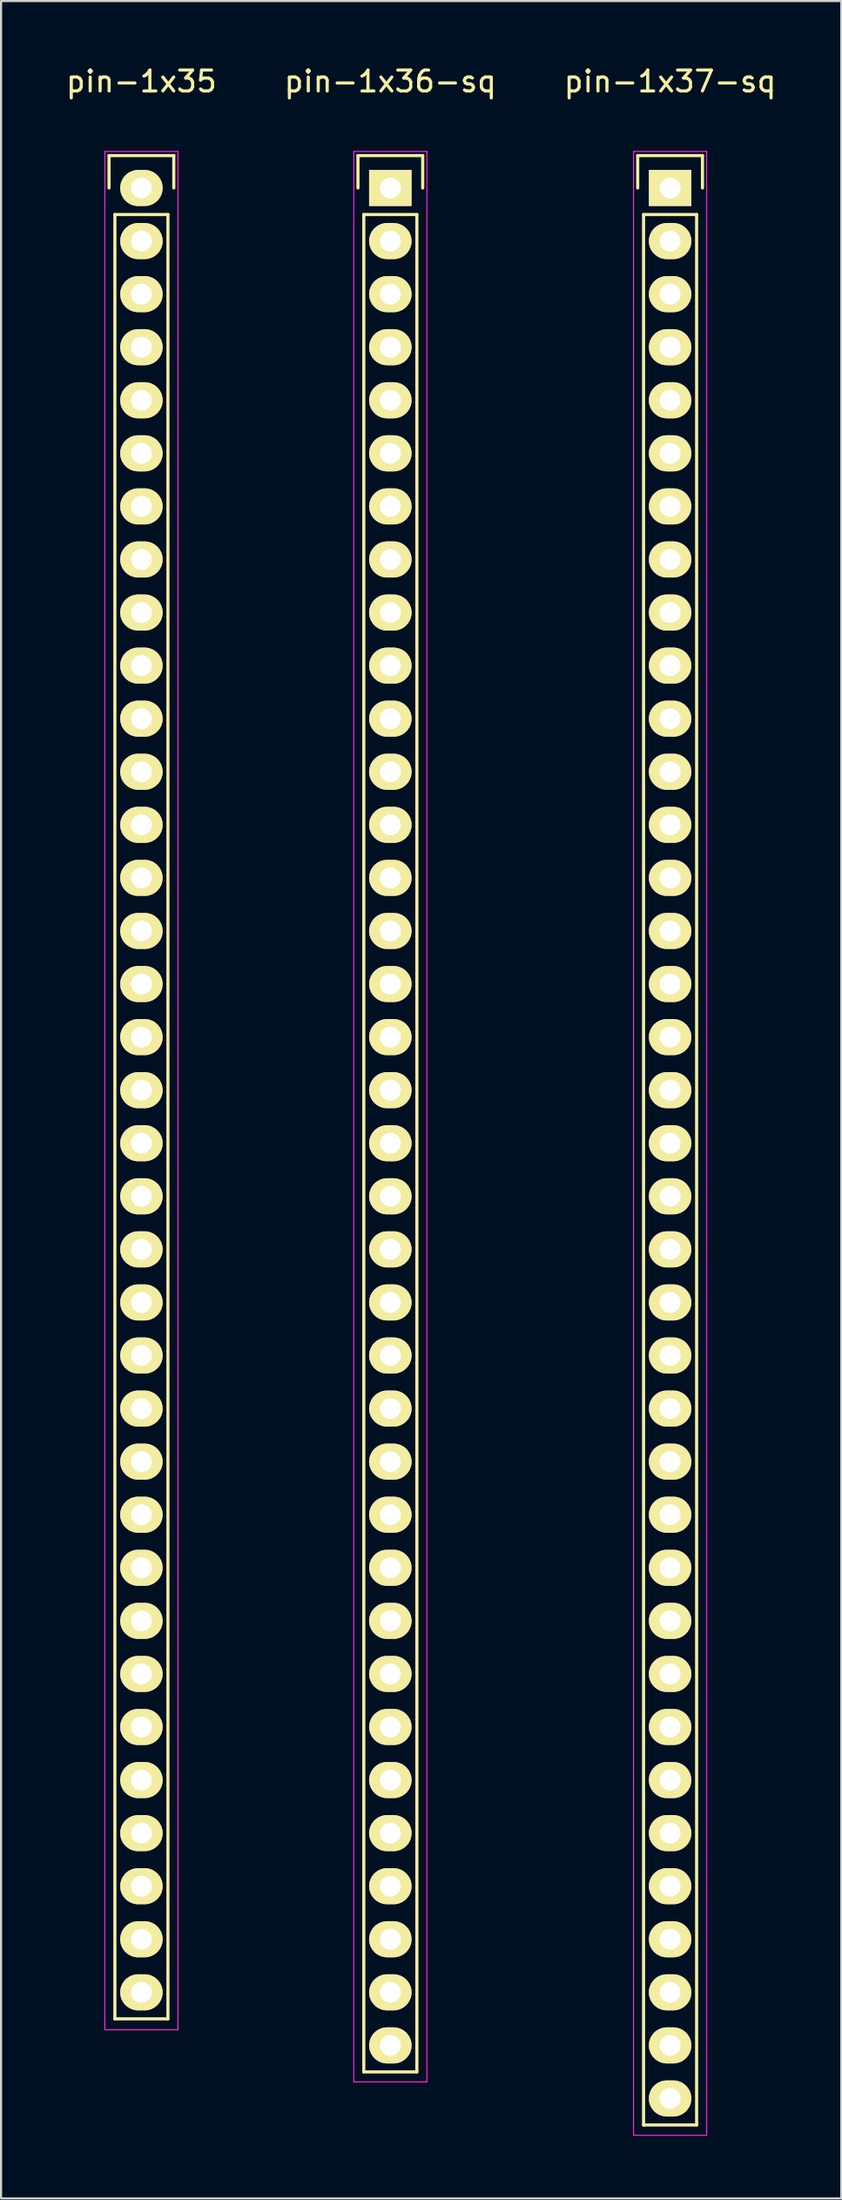
<source format=kicad_pcb>
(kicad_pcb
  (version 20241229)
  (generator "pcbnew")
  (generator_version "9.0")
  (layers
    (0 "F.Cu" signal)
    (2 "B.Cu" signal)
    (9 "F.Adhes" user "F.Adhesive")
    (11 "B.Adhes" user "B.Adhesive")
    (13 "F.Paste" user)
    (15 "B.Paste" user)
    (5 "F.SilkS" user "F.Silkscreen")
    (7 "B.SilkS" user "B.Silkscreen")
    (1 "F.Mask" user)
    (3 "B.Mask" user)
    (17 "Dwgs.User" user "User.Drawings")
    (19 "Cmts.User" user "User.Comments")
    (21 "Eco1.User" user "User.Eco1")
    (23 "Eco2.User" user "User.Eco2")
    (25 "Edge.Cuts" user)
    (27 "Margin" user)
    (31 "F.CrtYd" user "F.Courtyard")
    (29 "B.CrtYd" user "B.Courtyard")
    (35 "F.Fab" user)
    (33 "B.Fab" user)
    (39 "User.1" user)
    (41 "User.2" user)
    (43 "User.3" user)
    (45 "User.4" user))
  (footprint "pin-1x35"
    (layer "F.Cu")
    (at 3.72 5.948)
    (property "Reference" "pin-1x35" (at 0 -5.1 0) (layer "F.SilkS") (effects (font (size 1 1) (thickness 0.15))))
    (attr through_hole)
    (fp_line (start -1.55 -1.55) (end 1.55 -1.55) (stroke (width 0.15) (type solid)) (layer "F.SilkS"))
    (fp_line (start -1.55 0) (end -1.55 -1.55) (stroke (width 0.15) (type solid)) (layer "F.SilkS"))
    (fp_line (start -1.27 1.27) (end -1.27 87.63) (stroke (width 0.15) (type solid)) (layer "F.SilkS"))
    (fp_line (start -1.27 87.63) (end 1.27 87.63) (stroke (width 0.15) (type solid)) (layer "F.SilkS"))
    (fp_line (start 1.27 1.27) (end -1.27 1.27) (stroke (width 0.15) (type solid)) (layer "F.SilkS"))
    (fp_line (start 1.27 87.63) (end 1.27 1.27) (stroke (width 0.15) (type solid)) (layer "F.SilkS"))
    (fp_line (start 1.55 -1.55) (end 1.55 0) (stroke (width 0.15) (type solid)) (layer "F.SilkS"))
    (fp_line (start -1.75 -1.75) (end -1.75 88.15) (stroke (width 0.05) (type solid)) (layer "F.CrtYd"))
    (fp_line (start -1.75 -1.75) (end 1.75 -1.75) (stroke (width 0.05) (type solid)) (layer "F.CrtYd"))
    (fp_line (start -1.75 88.15) (end 1.75 88.15) (stroke (width 0.05) (type solid)) (layer "F.CrtYd"))
    (fp_line (start 1.75 -1.75) (end 1.75 88.15) (stroke (width 0.05) (type solid)) (layer "F.CrtYd"))
    (pad "1" thru_hole oval (at 0 0) (size 2.032 1.727) (drill 1) (layers "*.Cu" "*.Mask" "F.SilkS"))
    (pad "2" thru_hole oval (at 0 2.54) (size 2.032 1.727) (drill 1) (layers "*.Cu" "*.Mask" "F.SilkS"))
    (pad "3" thru_hole oval (at 0 5.08) (size 2.032 1.727) (drill 1) (layers "*.Cu" "*.Mask" "F.SilkS"))
    (pad "4" thru_hole oval (at 0 7.62) (size 2.032 1.727) (drill 1) (layers "*.Cu" "*.Mask" "F.SilkS"))
    (pad "5" thru_hole oval (at 0 10.16) (size 2.032 1.727) (drill 1) (layers "*.Cu" "*.Mask" "F.SilkS"))
    (pad "6" thru_hole oval (at 0 12.7) (size 2.032 1.727) (drill 1) (layers "*.Cu" "*.Mask" "F.SilkS"))
    (pad "7" thru_hole oval (at 0 15.24) (size 2.032 1.727) (drill 1) (layers "*.Cu" "*.Mask" "F.SilkS"))
    (pad "8" thru_hole oval (at 0 17.78) (size 2.032 1.727) (drill 1) (layers "*.Cu" "*.Mask" "F.SilkS"))
    (pad "9" thru_hole oval (at 0 20.32) (size 2.032 1.727) (drill 1) (layers "*.Cu" "*.Mask" "F.SilkS"))
    (pad "10" thru_hole oval (at 0 22.86) (size 2.032 1.727) (drill 1) (layers "*.Cu" "*.Mask" "F.SilkS"))
    (pad "11" thru_hole oval (at 0 25.4) (size 2.032 1.727) (drill 1) (layers "*.Cu" "*.Mask" "F.SilkS"))
    (pad "12" thru_hole oval (at 0 27.94) (size 2.032 1.727) (drill 1) (layers "*.Cu" "*.Mask" "F.SilkS"))
    (pad "13" thru_hole oval (at 0 30.48) (size 2.032 1.727) (drill 1) (layers "*.Cu" "*.Mask" "F.SilkS"))
    (pad "14" thru_hole oval (at 0 33.02) (size 2.032 1.727) (drill 1) (layers "*.Cu" "*.Mask" "F.SilkS"))
    (pad "15" thru_hole oval (at 0 35.56) (size 2.032 1.727) (drill 1) (layers "*.Cu" "*.Mask" "F.SilkS"))
    (pad "16" thru_hole oval (at 0 38.1) (size 2.032 1.727) (drill 1) (layers "*.Cu" "*.Mask" "F.SilkS"))
    (pad "17" thru_hole oval (at 0 40.64) (size 2.032 1.727) (drill 1) (layers "*.Cu" "*.Mask" "F.SilkS"))
    (pad "18" thru_hole oval (at 0 43.18) (size 2.032 1.727) (drill 1) (layers "*.Cu" "*.Mask" "F.SilkS"))
    (pad "19" thru_hole oval (at 0 45.72) (size 2.032 1.727) (drill 1) (layers "*.Cu" "*.Mask" "F.SilkS"))
    (pad "20" thru_hole oval (at 0 48.26) (size 2.032 1.727) (drill 1) (layers "*.Cu" "*.Mask" "F.SilkS"))
    (pad "21" thru_hole oval (at 0 50.8) (size 2.032 1.727) (drill 1) (layers "*.Cu" "*.Mask" "F.SilkS"))
    (pad "22" thru_hole oval (at 0 53.34) (size 2.032 1.727) (drill 1) (layers "*.Cu" "*.Mask" "F.SilkS"))
    (pad "23" thru_hole oval (at 0 55.88) (size 2.032 1.727) (drill 1) (layers "*.Cu" "*.Mask" "F.SilkS"))
    (pad "24" thru_hole oval (at 0 58.42) (size 2.032 1.727) (drill 1) (layers "*.Cu" "*.Mask" "F.SilkS"))
    (pad "25" thru_hole oval (at 0 60.96) (size 2.032 1.727) (drill 1) (layers "*.Cu" "*.Mask" "F.SilkS"))
    (pad "26" thru_hole oval (at 0 63.5) (size 2.032 1.727) (drill 1) (layers "*.Cu" "*.Mask" "F.SilkS"))
    (pad "27" thru_hole oval (at 0 66.04) (size 2.032 1.727) (drill 1) (layers "*.Cu" "*.Mask" "F.SilkS"))
    (pad "28" thru_hole oval (at 0 68.58) (size 2.032 1.727) (drill 1) (layers "*.Cu" "*.Mask" "F.SilkS"))
    (pad "29" thru_hole oval (at 0 71.12) (size 2.032 1.727) (drill 1) (layers "*.Cu" "*.Mask" "F.SilkS"))
    (pad "30" thru_hole oval (at 0 73.66) (size 2.032 1.727) (drill 1) (layers "*.Cu" "*.Mask" "F.SilkS"))
    (pad "31" thru_hole oval (at 0 76.2) (size 2.032 1.727) (drill 1) (layers "*.Cu" "*.Mask" "F.SilkS"))
    (pad "32" thru_hole oval (at 0 78.74) (size 2.032 1.727) (drill 1) (layers "*.Cu" "*.Mask" "F.SilkS"))
    (pad "33" thru_hole oval (at 0 81.28) (size 2.032 1.727) (drill 1) (layers "*.Cu" "*.Mask" "F.SilkS"))
    (pad "34" thru_hole oval (at 0 83.82) (size 2.032 1.727) (drill 1) (layers "*.Cu" "*.Mask" "F.SilkS"))
    (pad "35" thru_hole oval (at 0 86.36) (size 2.032 1.727) (drill 1) (layers "*.Cu" "*.Mask" "F.SilkS")))
  (footprint "pin-1x37-sq"
    (layer "F.Cu")
    (at 29.03 5.948)
    (property "Reference" "pin-1x37-sq" (at 0 -5.1 0) (layer "F.SilkS") (effects (font (size 1 1) (thickness 0.15))))
    (attr through_hole)
    (fp_line (start -1.55 -1.55) (end 1.55 -1.55) (stroke (width 0.15) (type solid)) (layer "F.SilkS"))
    (fp_line (start -1.55 0) (end -1.55 -1.55) (stroke (width 0.15) (type solid)) (layer "F.SilkS"))
    (fp_line (start -1.27 1.27) (end -1.27 92.71) (stroke (width 0.15) (type solid)) (layer "F.SilkS"))
    (fp_line (start -1.27 92.71) (end 1.27 92.71) (stroke (width 0.15) (type solid)) (layer "F.SilkS"))
    (fp_line (start 1.27 1.27) (end -1.27 1.27) (stroke (width 0.15) (type solid)) (layer "F.SilkS"))
    (fp_line (start 1.27 92.71) (end 1.27 1.27) (stroke (width 0.15) (type solid)) (layer "F.SilkS"))
    (fp_line (start 1.55 -1.55) (end 1.55 0) (stroke (width 0.15) (type solid)) (layer "F.SilkS"))
    (fp_line (start -1.75 -1.75) (end -1.75 93.2) (stroke (width 0.05) (type solid)) (layer "F.CrtYd"))
    (fp_line (start -1.75 -1.75) (end 1.75 -1.75) (stroke (width 0.05) (type solid)) (layer "F.CrtYd"))
    (fp_line (start -1.75 93.2) (end 1.75 93.2) (stroke (width 0.05) (type solid)) (layer "F.CrtYd"))
    (fp_line (start 1.75 -1.75) (end 1.75 93.2) (stroke (width 0.05) (type solid)) (layer "F.CrtYd"))
    (pad "1" thru_hole rect (at 0 0) (size 2.032 1.727) (drill 1) (layers "*.Cu" "*.Mask" "F.SilkS"))
    (pad "2" thru_hole oval (at 0 2.54) (size 2.032 1.727) (drill 1) (layers "*.Cu" "*.Mask" "F.SilkS"))
    (pad "3" thru_hole oval (at 0 5.08) (size 2.032 1.727) (drill 1) (layers "*.Cu" "*.Mask" "F.SilkS"))
    (pad "4" thru_hole oval (at 0 7.62) (size 2.032 1.727) (drill 1) (layers "*.Cu" "*.Mask" "F.SilkS"))
    (pad "5" thru_hole oval (at 0 10.16) (size 2.032 1.727) (drill 1) (layers "*.Cu" "*.Mask" "F.SilkS"))
    (pad "6" thru_hole oval (at 0 12.7) (size 2.032 1.727) (drill 1) (layers "*.Cu" "*.Mask" "F.SilkS"))
    (pad "7" thru_hole oval (at 0 15.24) (size 2.032 1.727) (drill 1) (layers "*.Cu" "*.Mask" "F.SilkS"))
    (pad "8" thru_hole oval (at 0 17.78) (size 2.032 1.727) (drill 1) (layers "*.Cu" "*.Mask" "F.SilkS"))
    (pad "9" thru_hole oval (at 0 20.32) (size 2.032 1.727) (drill 1) (layers "*.Cu" "*.Mask" "F.SilkS"))
    (pad "10" thru_hole oval (at 0 22.86) (size 2.032 1.727) (drill 1) (layers "*.Cu" "*.Mask" "F.SilkS"))
    (pad "11" thru_hole oval (at 0 25.4) (size 2.032 1.727) (drill 1) (layers "*.Cu" "*.Mask" "F.SilkS"))
    (pad "12" thru_hole oval (at 0 27.94) (size 2.032 1.727) (drill 1) (layers "*.Cu" "*.Mask" "F.SilkS"))
    (pad "13" thru_hole oval (at 0 30.48) (size 2.032 1.727) (drill 1) (layers "*.Cu" "*.Mask" "F.SilkS"))
    (pad "14" thru_hole oval (at 0 33.02) (size 2.032 1.727) (drill 1) (layers "*.Cu" "*.Mask" "F.SilkS"))
    (pad "15" thru_hole oval (at 0 35.56) (size 2.032 1.727) (drill 1) (layers "*.Cu" "*.Mask" "F.SilkS"))
    (pad "16" thru_hole oval (at 0 38.1) (size 2.032 1.727) (drill 1) (layers "*.Cu" "*.Mask" "F.SilkS"))
    (pad "17" thru_hole oval (at 0 40.64) (size 2.032 1.727) (drill 1) (layers "*.Cu" "*.Mask" "F.SilkS"))
    (pad "18" thru_hole oval (at 0 43.18) (size 2.032 1.727) (drill 1) (layers "*.Cu" "*.Mask" "F.SilkS"))
    (pad "19" thru_hole oval (at 0 45.72) (size 2.032 1.727) (drill 1) (layers "*.Cu" "*.Mask" "F.SilkS"))
    (pad "20" thru_hole oval (at 0 48.26) (size 2.032 1.727) (drill 1) (layers "*.Cu" "*.Mask" "F.SilkS"))
    (pad "21" thru_hole oval (at 0 50.8) (size 2.032 1.727) (drill 1) (layers "*.Cu" "*.Mask" "F.SilkS"))
    (pad "22" thru_hole oval (at 0 53.34) (size 2.032 1.727) (drill 1) (layers "*.Cu" "*.Mask" "F.SilkS"))
    (pad "23" thru_hole oval (at 0 55.88) (size 2.032 1.727) (drill 1) (layers "*.Cu" "*.Mask" "F.SilkS"))
    (pad "24" thru_hole oval (at 0 58.42) (size 2.032 1.727) (drill 1) (layers "*.Cu" "*.Mask" "F.SilkS"))
    (pad "25" thru_hole oval (at 0 60.96) (size 2.032 1.727) (drill 1) (layers "*.Cu" "*.Mask" "F.SilkS"))
    (pad "26" thru_hole oval (at 0 63.5) (size 2.032 1.727) (drill 1) (layers "*.Cu" "*.Mask" "F.SilkS"))
    (pad "27" thru_hole oval (at 0 66.04) (size 2.032 1.727) (drill 1) (layers "*.Cu" "*.Mask" "F.SilkS"))
    (pad "28" thru_hole oval (at 0 68.58) (size 2.032 1.727) (drill 1) (layers "*.Cu" "*.Mask" "F.SilkS"))
    (pad "29" thru_hole oval (at 0 71.12) (size 2.032 1.727) (drill 1) (layers "*.Cu" "*.Mask" "F.SilkS"))
    (pad "30" thru_hole oval (at 0 73.66) (size 2.032 1.727) (drill 1) (layers "*.Cu" "*.Mask" "F.SilkS"))
    (pad "31" thru_hole oval (at 0 76.2) (size 2.032 1.727) (drill 1) (layers "*.Cu" "*.Mask" "F.SilkS"))
    (pad "32" thru_hole oval (at 0 78.74) (size 2.032 1.727) (drill 1) (layers "*.Cu" "*.Mask" "F.SilkS"))
    (pad "33" thru_hole oval (at 0 81.28) (size 2.032 1.727) (drill 1) (layers "*.Cu" "*.Mask" "F.SilkS"))
    (pad "34" thru_hole oval (at 0 83.82) (size 2.032 1.727) (drill 1) (layers "*.Cu" "*.Mask" "F.SilkS"))
    (pad "35" thru_hole oval (at 0 86.36) (size 2.032 1.727) (drill 1) (layers "*.Cu" "*.Mask" "F.SilkS"))
    (pad "36" thru_hole oval (at 0 88.9) (size 2.032 1.727) (drill 1) (layers "*.Cu" "*.Mask" "F.SilkS"))
    (pad "37" thru_hole oval (at 0 91.44) (size 2.032 1.727) (drill 1) (layers "*.Cu" "*.Mask" "F.SilkS")))
  (footprint "pin-1x36-sq"
    (layer "F.Cu")
    (at 15.637 5.948)
    (property "Reference" "pin-1x36-sq" (at 0 -5.1 0) (layer "F.SilkS") (effects (font (size 1 1) (thickness 0.15))))
    (attr through_hole)
    (fp_line (start -1.55 -1.55) (end 1.55 -1.55) (stroke (width 0.15) (type solid)) (layer "F.SilkS"))
    (fp_line (start -1.55 0) (end -1.55 -1.55) (stroke (width 0.15) (type solid)) (layer "F.SilkS"))
    (fp_line (start -1.27 1.27) (end -1.27 90.17) (stroke (width 0.15) (type solid)) (layer "F.SilkS"))
    (fp_line (start -1.27 90.17) (end 1.27 90.17) (stroke (width 0.15) (type solid)) (layer "F.SilkS"))
    (fp_line (start 1.27 1.27) (end -1.27 1.27) (stroke (width 0.15) (type solid)) (layer "F.SilkS"))
    (fp_line (start 1.27 90.17) (end 1.27 1.27) (stroke (width 0.15) (type solid)) (layer "F.SilkS"))
    (fp_line (start 1.55 -1.55) (end 1.55 0) (stroke (width 0.15) (type solid)) (layer "F.SilkS"))
    (fp_line (start -1.75 -1.75) (end -1.75 90.65) (stroke (width 0.05) (type solid)) (layer "F.CrtYd"))
    (fp_line (start -1.75 -1.75) (end 1.75 -1.75) (stroke (width 0.05) (type solid)) (layer "F.CrtYd"))
    (fp_line (start -1.75 90.65) (end 1.75 90.65) (stroke (width 0.05) (type solid)) (layer "F.CrtYd"))
    (fp_line (start 1.75 -1.75) (end 1.75 90.65) (stroke (width 0.05) (type solid)) (layer "F.CrtYd"))
    (pad "1" thru_hole rect (at 0 0) (size 2.032 1.727) (drill 1) (layers "*.Cu" "*.Mask" "F.SilkS"))
    (pad "2" thru_hole oval (at 0 2.54) (size 2.032 1.727) (drill 1) (layers "*.Cu" "*.Mask" "F.SilkS"))
    (pad "3" thru_hole oval (at 0 5.08) (size 2.032 1.727) (drill 1) (layers "*.Cu" "*.Mask" "F.SilkS"))
    (pad "4" thru_hole oval (at 0 7.62) (size 2.032 1.727) (drill 1) (layers "*.Cu" "*.Mask" "F.SilkS"))
    (pad "5" thru_hole oval (at 0 10.16) (size 2.032 1.727) (drill 1) (layers "*.Cu" "*.Mask" "F.SilkS"))
    (pad "6" thru_hole oval (at 0 12.7) (size 2.032 1.727) (drill 1) (layers "*.Cu" "*.Mask" "F.SilkS"))
    (pad "7" thru_hole oval (at 0 15.24) (size 2.032 1.727) (drill 1) (layers "*.Cu" "*.Mask" "F.SilkS"))
    (pad "8" thru_hole oval (at 0 17.78) (size 2.032 1.727) (drill 1) (layers "*.Cu" "*.Mask" "F.SilkS"))
    (pad "9" thru_hole oval (at 0 20.32) (size 2.032 1.727) (drill 1) (layers "*.Cu" "*.Mask" "F.SilkS"))
    (pad "10" thru_hole oval (at 0 22.86) (size 2.032 1.727) (drill 1) (layers "*.Cu" "*.Mask" "F.SilkS"))
    (pad "11" thru_hole oval (at 0 25.4) (size 2.032 1.727) (drill 1) (layers "*.Cu" "*.Mask" "F.SilkS"))
    (pad "12" thru_hole oval (at 0 27.94) (size 2.032 1.727) (drill 1) (layers "*.Cu" "*.Mask" "F.SilkS"))
    (pad "13" thru_hole oval (at 0 30.48) (size 2.032 1.727) (drill 1) (layers "*.Cu" "*.Mask" "F.SilkS"))
    (pad "14" thru_hole oval (at 0 33.02) (size 2.032 1.727) (drill 1) (layers "*.Cu" "*.Mask" "F.SilkS"))
    (pad "15" thru_hole oval (at 0 35.56) (size 2.032 1.727) (drill 1) (layers "*.Cu" "*.Mask" "F.SilkS"))
    (pad "16" thru_hole oval (at 0 38.1) (size 2.032 1.727) (drill 1) (layers "*.Cu" "*.Mask" "F.SilkS"))
    (pad "17" thru_hole oval (at 0 40.64) (size 2.032 1.727) (drill 1) (layers "*.Cu" "*.Mask" "F.SilkS"))
    (pad "18" thru_hole oval (at 0 43.18) (size 2.032 1.727) (drill 1) (layers "*.Cu" "*.Mask" "F.SilkS"))
    (pad "19" thru_hole oval (at 0 45.72) (size 2.032 1.727) (drill 1) (layers "*.Cu" "*.Mask" "F.SilkS"))
    (pad "20" thru_hole oval (at 0 48.26) (size 2.032 1.727) (drill 1) (layers "*.Cu" "*.Mask" "F.SilkS"))
    (pad "21" thru_hole oval (at 0 50.8) (size 2.032 1.727) (drill 1) (layers "*.Cu" "*.Mask" "F.SilkS"))
    (pad "22" thru_hole oval (at 0 53.34) (size 2.032 1.727) (drill 1) (layers "*.Cu" "*.Mask" "F.SilkS"))
    (pad "23" thru_hole oval (at 0 55.88) (size 2.032 1.727) (drill 1) (layers "*.Cu" "*.Mask" "F.SilkS"))
    (pad "24" thru_hole oval (at 0 58.42) (size 2.032 1.727) (drill 1) (layers "*.Cu" "*.Mask" "F.SilkS"))
    (pad "25" thru_hole oval (at 0 60.96) (size 2.032 1.727) (drill 1) (layers "*.Cu" "*.Mask" "F.SilkS"))
    (pad "26" thru_hole oval (at 0 63.5) (size 2.032 1.727) (drill 1) (layers "*.Cu" "*.Mask" "F.SilkS"))
    (pad "27" thru_hole oval (at 0 66.04) (size 2.032 1.727) (drill 1) (layers "*.Cu" "*.Mask" "F.SilkS"))
    (pad "28" thru_hole oval (at 0 68.58) (size 2.032 1.727) (drill 1) (layers "*.Cu" "*.Mask" "F.SilkS"))
    (pad "29" thru_hole oval (at 0 71.12) (size 2.032 1.727) (drill 1) (layers "*.Cu" "*.Mask" "F.SilkS"))
    (pad "30" thru_hole oval (at 0 73.66) (size 2.032 1.727) (drill 1) (layers "*.Cu" "*.Mask" "F.SilkS"))
    (pad "31" thru_hole oval (at 0 76.2) (size 2.032 1.727) (drill 1) (layers "*.Cu" "*.Mask" "F.SilkS"))
    (pad "32" thru_hole oval (at 0 78.74) (size 2.032 1.727) (drill 1) (layers "*.Cu" "*.Mask" "F.SilkS"))
    (pad "33" thru_hole oval (at 0 81.28) (size 2.032 1.727) (drill 1) (layers "*.Cu" "*.Mask" "F.SilkS"))
    (pad "34" thru_hole oval (at 0 83.82) (size 2.032 1.727) (drill 1) (layers "*.Cu" "*.Mask" "F.SilkS"))
    (pad "35" thru_hole oval (at 0 86.36) (size 2.032 1.727) (drill 1) (layers "*.Cu" "*.Mask" "F.SilkS"))
    (pad "36" thru_hole oval (at 0 88.9) (size 2.032 1.727) (drill 1) (layers "*.Cu" "*.Mask" "F.SilkS")))
  (gr_rect
    (start -3 -3)
    (end 37.226 102.173)
    (stroke (width 0.1) (type default))
    (fill no)
    (layer "Edge.Cuts")))
</source>
